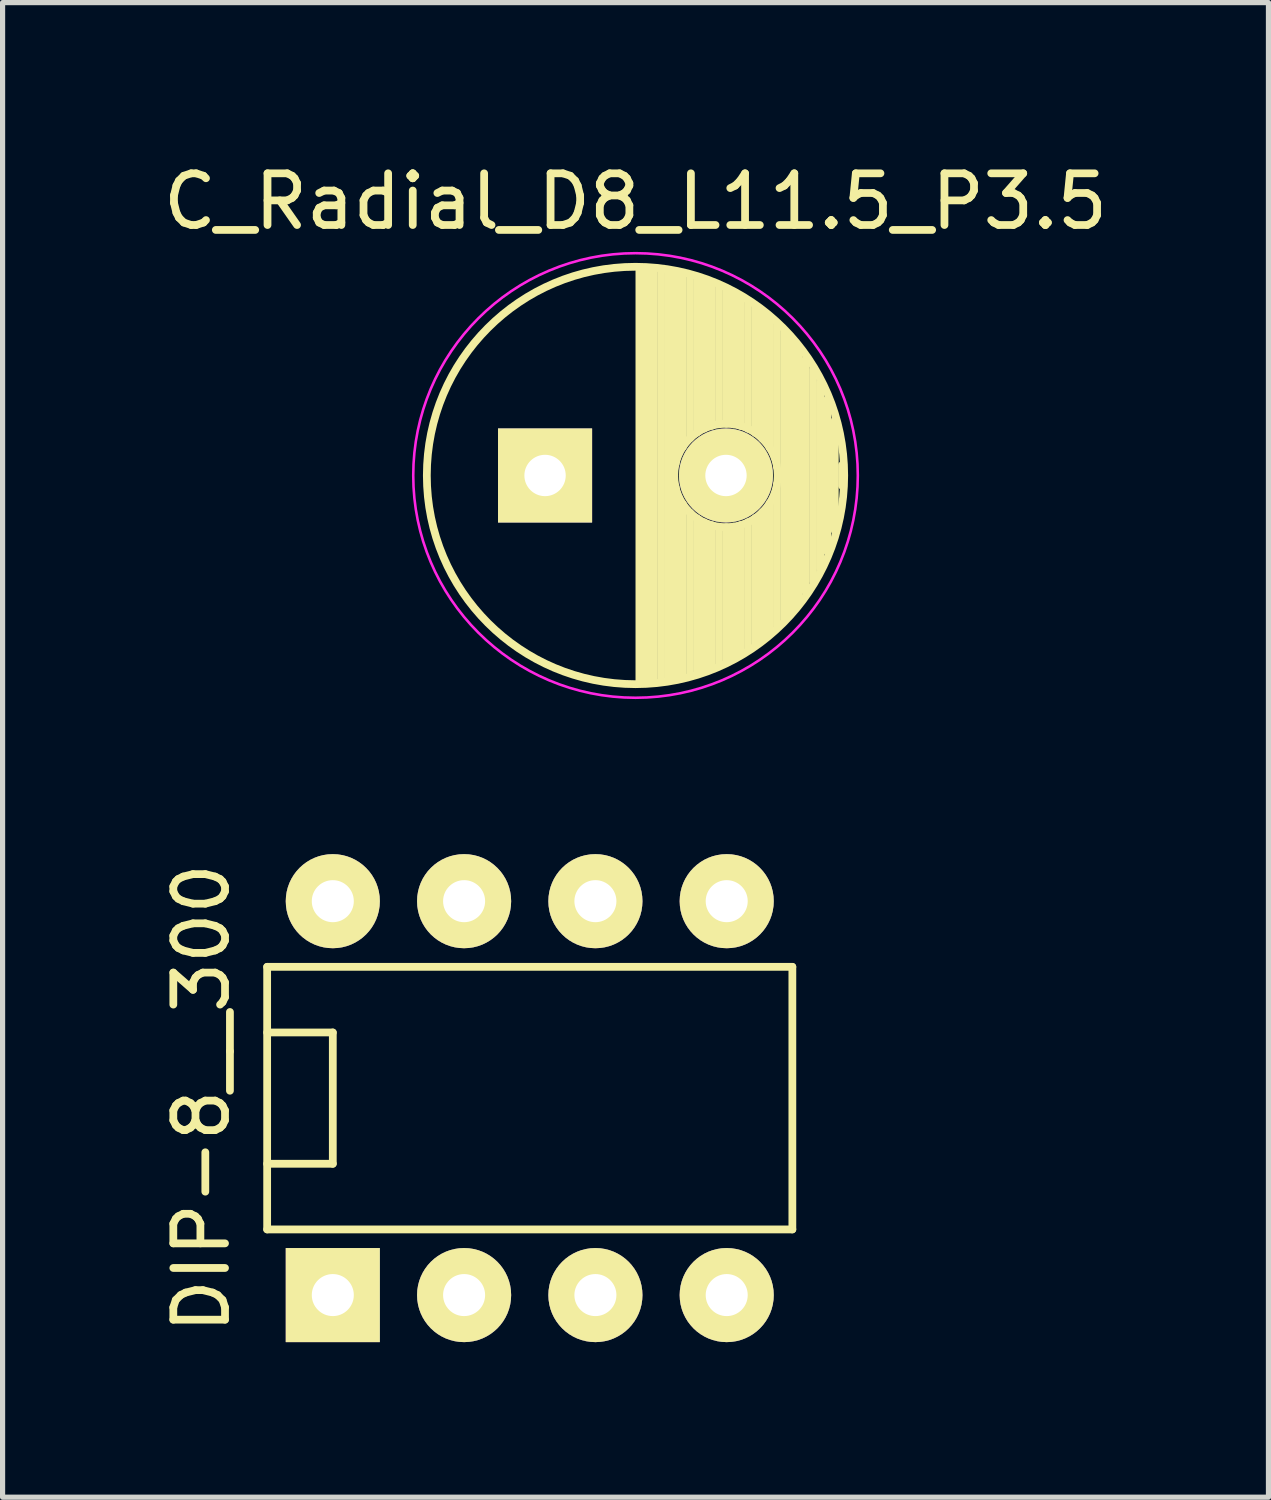
<source format=kicad_pcb>
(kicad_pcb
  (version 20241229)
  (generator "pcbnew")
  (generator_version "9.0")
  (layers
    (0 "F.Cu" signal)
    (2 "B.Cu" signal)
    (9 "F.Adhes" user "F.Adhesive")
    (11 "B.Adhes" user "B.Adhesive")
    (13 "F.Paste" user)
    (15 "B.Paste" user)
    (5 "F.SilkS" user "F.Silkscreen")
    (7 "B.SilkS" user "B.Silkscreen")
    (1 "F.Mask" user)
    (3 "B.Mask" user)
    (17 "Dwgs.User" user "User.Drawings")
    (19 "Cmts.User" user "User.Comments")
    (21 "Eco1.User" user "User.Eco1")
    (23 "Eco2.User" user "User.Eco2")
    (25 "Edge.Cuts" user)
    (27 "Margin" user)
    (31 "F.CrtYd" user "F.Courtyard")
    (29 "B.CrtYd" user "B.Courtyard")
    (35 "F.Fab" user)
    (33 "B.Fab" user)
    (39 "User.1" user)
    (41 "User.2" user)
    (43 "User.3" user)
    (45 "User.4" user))
  (footprint "C_Radial_D8_L11.5_P3.5"
    (layer "F.Cu")
    (at 7.494 6.148)
    (property "Reference" "C_Radial_D8_L11.5_P3.5" (at 1.75 -5.3 0) (layer "F.SilkS") (effects (font (size 1 1) (thickness 0.15))))
    (attr through_hole)
    (fp_line (start 1.825 -3.999) (end 1.825 3.999) (stroke (width 0.15) (type solid)) (layer "F.SilkS"))
    (fp_line (start 1.965 -3.994) (end 1.965 3.994) (stroke (width 0.15) (type solid)) (layer "F.SilkS"))
    (fp_line (start 2.105 -3.984) (end 2.105 3.984) (stroke (width 0.15) (type solid)) (layer "F.SilkS"))
    (fp_line (start 2.245 -3.969) (end 2.245 3.969) (stroke (width 0.15) (type solid)) (layer "F.SilkS"))
    (fp_line (start 2.385 -3.949) (end 2.385 3.949) (stroke (width 0.15) (type solid)) (layer "F.SilkS"))
    (fp_line (start 2.525 -3.924) (end 2.525 -0.222) (stroke (width 0.15) (type solid)) (layer "F.SilkS"))
    (fp_line (start 2.525 0.222) (end 2.525 3.924) (stroke (width 0.15) (type solid)) (layer "F.SilkS"))
    (fp_line (start 2.665 -3.894) (end 2.665 -0.55) (stroke (width 0.15) (type solid)) (layer "F.SilkS"))
    (fp_line (start 2.665 0.55) (end 2.665 3.894) (stroke (width 0.15) (type solid)) (layer "F.SilkS"))
    (fp_line (start 2.805 -3.858) (end 2.805 -0.719) (stroke (width 0.15) (type solid)) (layer "F.SilkS"))
    (fp_line (start 2.805 0.719) (end 2.805 3.858) (stroke (width 0.15) (type solid)) (layer "F.SilkS"))
    (fp_line (start 2.945 -3.817) (end 2.945 -0.832) (stroke (width 0.15) (type solid)) (layer "F.SilkS"))
    (fp_line (start 2.945 0.832) (end 2.945 3.817) (stroke (width 0.15) (type solid)) (layer "F.SilkS"))
    (fp_line (start 3.085 -3.771) (end 3.085 -0.91) (stroke (width 0.15) (type solid)) (layer "F.SilkS"))
    (fp_line (start 3.085 0.91) (end 3.085 3.771) (stroke (width 0.15) (type solid)) (layer "F.SilkS"))
    (fp_line (start 3.225 -3.718) (end 3.225 -0.961) (stroke (width 0.15) (type solid)) (layer "F.SilkS"))
    (fp_line (start 3.225 0.961) (end 3.225 3.718) (stroke (width 0.15) (type solid)) (layer "F.SilkS"))
    (fp_line (start 3.365 -3.659) (end 3.365 -0.991) (stroke (width 0.15) (type solid)) (layer "F.SilkS"))
    (fp_line (start 3.365 0.991) (end 3.365 3.659) (stroke (width 0.15) (type solid)) (layer "F.SilkS"))
    (fp_line (start 3.505 -3.594) (end 3.505 -1) (stroke (width 0.15) (type solid)) (layer "F.SilkS"))
    (fp_line (start 3.505 1) (end 3.505 3.594) (stroke (width 0.15) (type solid)) (layer "F.SilkS"))
    (fp_line (start 3.645 -3.523) (end 3.645 -0.989) (stroke (width 0.15) (type solid)) (layer "F.SilkS"))
    (fp_line (start 3.645 0.989) (end 3.645 3.523) (stroke (width 0.15) (type solid)) (layer "F.SilkS"))
    (fp_line (start 3.785 -3.444) (end 3.785 -0.959) (stroke (width 0.15) (type solid)) (layer "F.SilkS"))
    (fp_line (start 3.785 0.959) (end 3.785 3.444) (stroke (width 0.15) (type solid)) (layer "F.SilkS"))
    (fp_line (start 3.925 -3.357) (end 3.925 -0.905) (stroke (width 0.15) (type solid)) (layer "F.SilkS"))
    (fp_line (start 3.925 0.905) (end 3.925 3.357) (stroke (width 0.15) (type solid)) (layer "F.SilkS"))
    (fp_line (start 4.065 -3.262) (end 4.065 -0.825) (stroke (width 0.15) (type solid)) (layer "F.SilkS"))
    (fp_line (start 4.065 0.825) (end 4.065 3.262) (stroke (width 0.15) (type solid)) (layer "F.SilkS"))
    (fp_line (start 4.205 -3.158) (end 4.205 -0.709) (stroke (width 0.15) (type solid)) (layer "F.SilkS"))
    (fp_line (start 4.205 0.709) (end 4.205 3.158) (stroke (width 0.15) (type solid)) (layer "F.SilkS"))
    (fp_line (start 4.345 -3.044) (end 4.345 -0.535) (stroke (width 0.15) (type solid)) (layer "F.SilkS"))
    (fp_line (start 4.345 0.535) (end 4.345 3.044) (stroke (width 0.15) (type solid)) (layer "F.SilkS"))
    (fp_line (start 4.485 -2.919) (end 4.485 -0.173) (stroke (width 0.15) (type solid)) (layer "F.SilkS"))
    (fp_line (start 4.485 0.173) (end 4.485 2.919) (stroke (width 0.15) (type solid)) (layer "F.SilkS"))
    (fp_line (start 4.625 -2.781) (end 4.625 2.781) (stroke (width 0.15) (type solid)) (layer "F.SilkS"))
    (fp_line (start 4.765 -2.629) (end 4.765 2.629) (stroke (width 0.15) (type solid)) (layer "F.SilkS"))
    (fp_line (start 4.905 -2.459) (end 4.905 2.459) (stroke (width 0.15) (type solid)) (layer "F.SilkS"))
    (fp_line (start 5.045 -2.268) (end 5.045 2.268) (stroke (width 0.15) (type solid)) (layer "F.SilkS"))
    (fp_line (start 5.185 -2.05) (end 5.185 2.05) (stroke (width 0.15) (type solid)) (layer "F.SilkS"))
    (fp_line (start 5.325 -1.794) (end 5.325 1.794) (stroke (width 0.15) (type solid)) (layer "F.SilkS"))
    (fp_line (start 5.465 -1.483) (end 5.465 1.483) (stroke (width 0.15) (type solid)) (layer "F.SilkS"))
    (fp_line (start 5.605 -1.067) (end 5.605 1.067) (stroke (width 0.15) (type solid)) (layer "F.SilkS"))
    (fp_line (start 5.745 -0.2) (end 5.745 0.2) (stroke (width 0.15) (type solid)) (layer "F.SilkS"))
    (fp_circle (center 1.75 0) (end 1.75 -4.037) (stroke (width 0.15) (type solid)) (fill no) (layer "F.SilkS"))
    (fp_circle (center 3.5 0) (end 3.5 -1) (stroke (width 0.15) (type solid)) (fill no) (layer "F.SilkS"))
    (fp_circle (center 1.75 0) (end 1.75 -4.3) (stroke (width 0.05) (type solid)) (fill no) (layer "F.CrtYd"))
    (pad "1" thru_hole rect (at 0 0) (size 1.82 1.82) (drill 0.8) (layers "*.Cu" "*.Mask" "F.SilkS"))
    (pad "2" thru_hole circle (at 3.5 0) (size 1.82 1.82) (drill 0.8) (layers "*.Cu" "*.Mask" "F.SilkS")))
  (footprint "DIP-8__300"
    (layer "F.Cu")
    (at 7.198 18.193)
    (property "Reference" "DIP-8__300" (at -6.35 0 90) (layer "F.SilkS") (effects (font (size 1 1) (thickness 0.15))))
    (attr through_hole)
    (fp_line (start -5.08 -2.54) (end 5.08 -2.54) (stroke (width 0.15) (type solid)) (layer "F.SilkS"))
    (fp_line (start -5.08 -1.27) (end -3.81 -1.27) (stroke (width 0.15) (type solid)) (layer "F.SilkS"))
    (fp_line (start -5.08 2.54) (end -5.08 -2.54) (stroke (width 0.15) (type solid)) (layer "F.SilkS"))
    (fp_line (start -3.81 -1.27) (end -3.81 1.27) (stroke (width 0.15) (type solid)) (layer "F.SilkS"))
    (fp_line (start -3.81 1.27) (end -5.08 1.27) (stroke (width 0.15) (type solid)) (layer "F.SilkS"))
    (fp_line (start 5.08 -2.54) (end 5.08 2.54) (stroke (width 0.15) (type solid)) (layer "F.SilkS"))
    (fp_line (start 5.08 2.54) (end -5.08 2.54) (stroke (width 0.15) (type solid)) (layer "F.SilkS"))
    (pad "1" thru_hole rect (at -3.81 3.81) (size 1.82 1.82) (drill 0.813) (layers "*.Cu" "*.Mask" "F.SilkS"))
    (pad "2" thru_hole circle (at -1.27 3.81) (size 1.82 1.82) (drill 0.813) (layers "*.Cu" "*.Mask" "F.SilkS"))
    (pad "3" thru_hole circle (at 1.27 3.81) (size 1.82 1.82) (drill 0.813) (layers "*.Cu" "*.Mask" "F.SilkS"))
    (pad "4" thru_hole circle (at 3.81 3.81) (size 1.82 1.82) (drill 0.813) (layers "*.Cu" "*.Mask" "F.SilkS"))
    (pad "5" thru_hole circle (at 3.81 -3.81) (size 1.82 1.82) (drill 0.813) (layers "*.Cu" "*.Mask" "F.SilkS"))
    (pad "6" thru_hole circle (at 1.27 -3.81) (size 1.82 1.82) (drill 0.813) (layers "*.Cu" "*.Mask" "F.SilkS"))
    (pad "7" thru_hole circle (at -1.27 -3.81) (size 1.82 1.82) (drill 0.813) (layers "*.Cu" "*.Mask" "F.SilkS"))
    (pad "8" thru_hole circle (at -3.81 -3.81) (size 1.82 1.82) (drill 0.813) (layers "*.Cu" "*.Mask" "F.SilkS")))
  (gr_rect
    (start -3 -3)
    (end 21.488 25.913)
    (stroke (width 0.1) (type default))
    (fill no)
    (layer "Edge.Cuts")))
</source>
